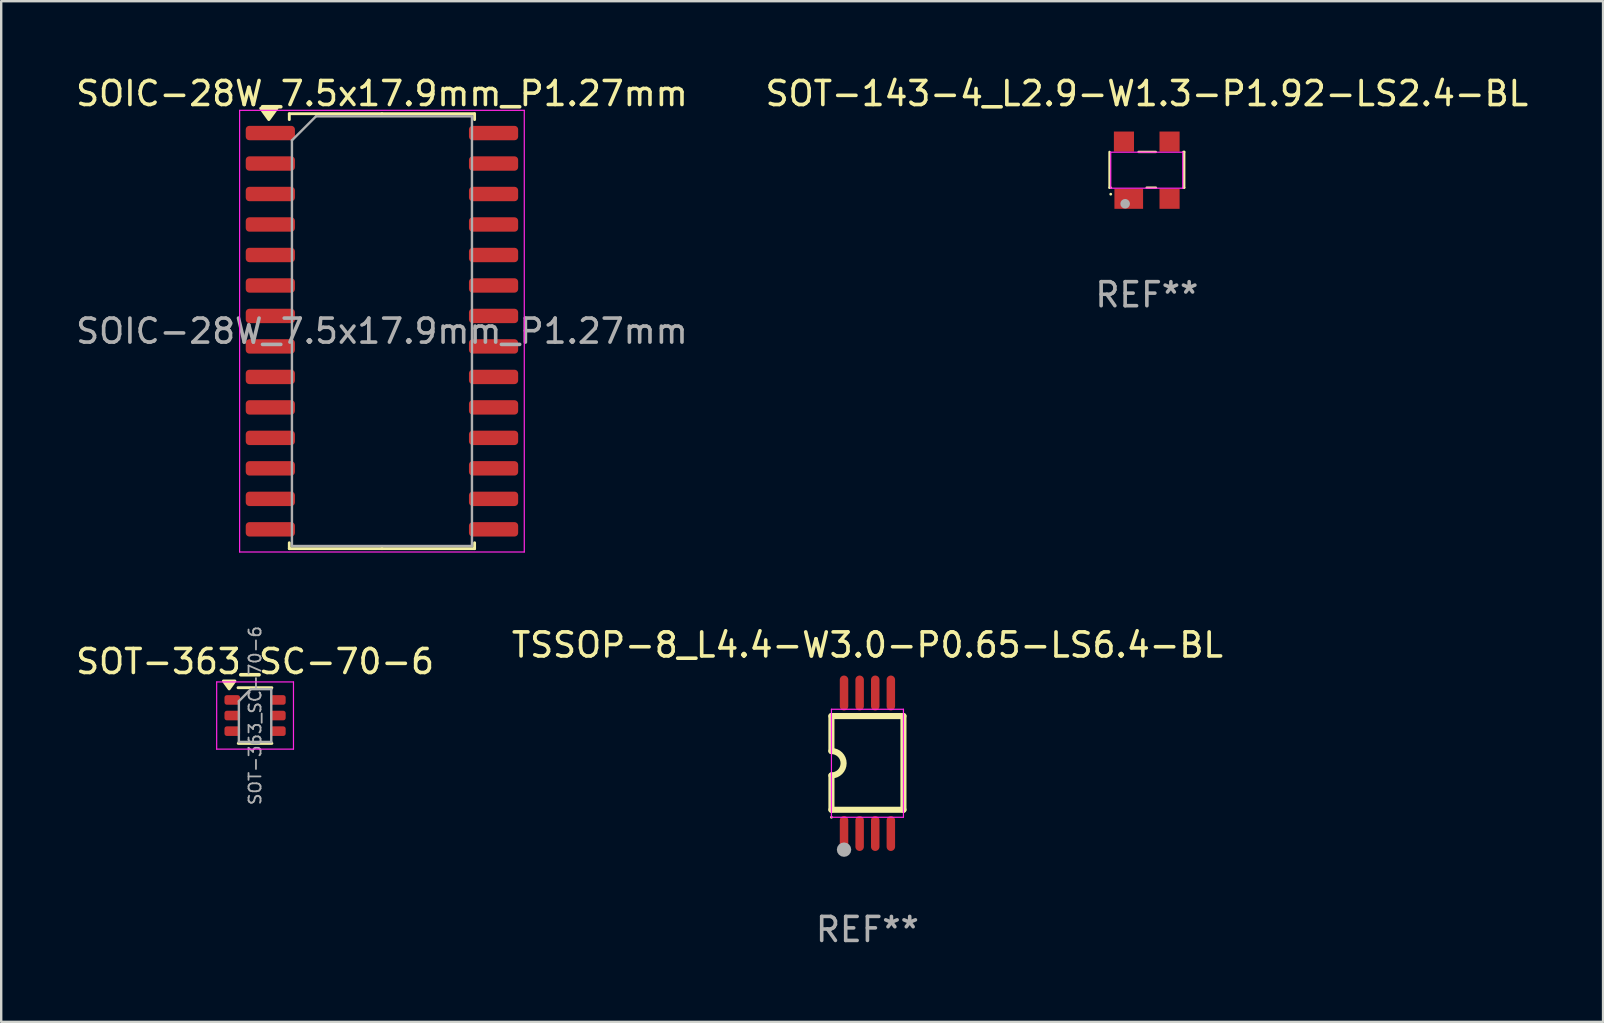
<source format=kicad_pcb>
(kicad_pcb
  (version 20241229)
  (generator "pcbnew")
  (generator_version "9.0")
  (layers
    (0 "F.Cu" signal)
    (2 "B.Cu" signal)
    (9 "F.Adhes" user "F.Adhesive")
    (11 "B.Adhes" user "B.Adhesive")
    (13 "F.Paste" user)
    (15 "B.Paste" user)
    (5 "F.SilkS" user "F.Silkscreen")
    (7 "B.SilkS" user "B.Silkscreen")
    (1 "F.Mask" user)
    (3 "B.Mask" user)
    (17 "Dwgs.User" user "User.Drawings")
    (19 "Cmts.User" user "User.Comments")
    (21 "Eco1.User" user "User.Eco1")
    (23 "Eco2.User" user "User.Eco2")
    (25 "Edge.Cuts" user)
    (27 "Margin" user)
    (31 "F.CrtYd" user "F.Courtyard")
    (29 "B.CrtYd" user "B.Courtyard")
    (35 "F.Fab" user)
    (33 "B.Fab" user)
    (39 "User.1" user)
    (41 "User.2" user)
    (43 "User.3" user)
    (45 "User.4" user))
  (footprint "SOT-363_SC-70-6"
    (layer "F.Cu")
    (at 7.577 26.762)
    (property "Reference" "SOT-363_SC-70-6" (at 0 -2.25 0) (layer "F.SilkS") (effects (font (size 1 1) (thickness 0.15))))
    (attr smd)
    (fp_line (start -0.71 -1.16) (end 0.7 -1.16) (stroke (width 0.12) (type solid)) (layer "F.SilkS"))
    (fp_line (start -0.7 1.16) (end 0.7 1.16) (stroke (width 0.12) (type solid)) (layer "F.SilkS"))
    (fp_poly (pts (xy -1.08 -1.11) (xy -1.32 -1.44) (xy -0.84 -1.44) (xy -1.08 -1.11)) (stroke (width 0.12) (type solid)) (fill yes) (layer "F.SilkS"))
    (fp_line (start -1.6 -1.4) (end -1.6 1.4) (stroke (width 0.05) (type solid)) (layer "F.CrtYd"))
    (fp_line (start -1.6 -1.4) (end 1.6 -1.4) (stroke (width 0.05) (type solid)) (layer "F.CrtYd"))
    (fp_line (start -1.6 1.4) (end 1.6 1.4) (stroke (width 0.05) (type solid)) (layer "F.CrtYd"))
    (fp_line (start 1.6 1.4) (end 1.6 -1.4) (stroke (width 0.05) (type solid)) (layer "F.CrtYd"))
    (fp_line (start -0.675 -0.6) (end -0.675 1.1) (stroke (width 0.1) (type solid)) (layer "F.Fab"))
    (fp_line (start -0.175 -1.1) (end -0.675 -0.6) (stroke (width 0.1) (type solid)) (layer "F.Fab"))
    (fp_line (start 0.675 -1.1) (end -0.175 -1.1) (stroke (width 0.1) (type solid)) (layer "F.Fab"))
    (fp_line (start 0.675 -1.1) (end 0.675 1.1) (stroke (width 0.1) (type solid)) (layer "F.Fab"))
    (fp_line (start 0.675 1.1) (end -0.675 1.1) (stroke (width 0.1) (type solid)) (layer "F.Fab"))
    (fp_text user "${REFERENCE}" (at 0 0 90) (layer "F.Fab") (effects (font (size 0.5 0.5) (thickness 0.075))))
    (pad "1" smd roundrect (at -0.95 -0.65) (size 0.65 0.4) (layers "F.Cu" "F.Mask" "F.Paste") (roundrect_rratio 0.25))
    (pad "2" smd roundrect (at -0.95 0) (size 0.65 0.4) (layers "F.Cu" "F.Mask" "F.Paste") (roundrect_rratio 0.25))
    (pad "3" smd roundrect (at -0.95 0.65) (size 0.65 0.4) (layers "F.Cu" "F.Mask" "F.Paste") (roundrect_rratio 0.25))
    (pad "4" smd roundrect (at 0.95 0.65) (size 0.65 0.4) (layers "F.Cu" "F.Mask" "F.Paste") (roundrect_rratio 0.25))
    (pad "5" smd roundrect (at 0.95 0) (size 0.65 0.4) (layers "F.Cu" "F.Mask" "F.Paste") (roundrect_rratio 0.25))
    (pad "6" smd roundrect (at 0.95 -0.65) (size 0.65 0.4) (layers "F.Cu" "F.Mask" "F.Paste") (roundrect_rratio 0.25)))
  (footprint "TSSOP-8_L4.4-W3.0-P0.65-LS6.4-BL"
    (layer "F.Cu")
    (at 33.09 28.749)
    (property "Reference" "TSSOP-8_L4.4-W3.0-P0.65-LS6.4-BL" (at -0.001 -4.927 0) (layer "F.SilkS") (effects (font (size 1 1) (thickness 0.15))))
    (attr smd)
    (fp_line (start -1.501 -0.508) (end -1.501 -1.966) (stroke (width 0.254) (type solid)) (layer "F.SilkS"))
    (fp_line (start -1.5 -1.966) (end 1.5 -1.966) (stroke (width 0.254) (type solid)) (layer "F.SilkS"))
    (fp_line (start -1.5 0.508) (end -1.5 1.938) (stroke (width 0.254) (type solid)) (layer "F.SilkS"))
    (fp_line (start -1.5 1.938) (end 1.5 1.938) (stroke (width 0.254) (type solid)) (layer "F.SilkS"))
    (fp_line (start 1.5 -1.966) (end 1.5 1.938) (stroke (width 0.254) (type solid)) (layer "F.SilkS"))
    (fp_arc (start -1.501143 -0.508001) (mid -0.992571 -0.000571) (end -1.500001 0.508001) (stroke (width 0.254) (type solid)) (layer "F.SilkS"))
    (fp_circle (center -1.5 2.25) (end -1.47 2.25) (stroke (width 0.06) (type solid)) (fill no) (layer "F.SilkS"))
    (fp_line (start -1.5 -2.25) (end 1.5 -2.25) (stroke (width 0.05) (type default)) (layer "F.CrtYd"))
    (fp_line (start -1.5 2.25) (end -1.5 -2.25) (stroke (width 0.05) (type default)) (layer "F.CrtYd"))
    (fp_line (start 1.5 -2.25) (end 1.5 2.25) (stroke (width 0.05) (type default)) (layer "F.CrtYd"))
    (fp_line (start 1.5 2.25) (end -1.5 2.25) (stroke (width 0.05) (type default)) (layer "F.CrtYd"))
    (fp_circle (center -0.975 3.6) (end -0.825 3.6) (stroke (width 0.3) (type solid)) (fill no) (layer "F.Fab"))
    (fp_text user "REF**" (at -0.001 6.927 0) (layer "F.Fab") (effects (font (size 1 1) (thickness 0.15))))
    (pad "1" smd oval (at -0.975 2.927) (size 0.353 1.454) (layers "F.Cu" "F.Mask" "F.Paste"))
    (pad "2" smd oval (at -0.325 2.927) (size 0.353 1.454) (layers "F.Cu" "F.Mask" "F.Paste"))
    (pad "3" smd oval (at 0.325 2.927) (size 0.353 1.454) (layers "F.Cu" "F.Mask" "F.Paste"))
    (pad "4" smd oval (at 0.975 2.927) (size 0.353 1.454) (layers "F.Cu" "F.Mask" "F.Paste"))
    (pad "5" smd oval (at 0.975 -2.927) (size 0.353 1.454) (layers "F.Cu" "F.Mask" "F.Paste"))
    (pad "6" smd oval (at 0.325 -2.927) (size 0.353 1.454) (layers "F.Cu" "F.Mask" "F.Paste"))
    (pad "7" smd oval (at -0.325 -2.927) (size 0.353 1.454) (layers "F.Cu" "F.Mask" "F.Paste"))
    (pad "8" smd oval (at -0.975 -2.927) (size 0.353 1.454) (layers "F.Cu" "F.Mask" "F.Paste")))
  (footprint "SOIC-28W_7.5x17.9mm_P1.27mm"
    (layer "F.Cu")
    (at 12.863 10.748)
    (property "Reference" "SOIC-28W_7.5x17.9mm_P1.27mm" (at 0 -9.9 0) (layer "F.SilkS") (effects (font (size 1 1) (thickness 0.15))))
    (attr smd)
    (fp_line (start -3.86 -9.06) (end -3.86 -8.815) (stroke (width 0.12) (type solid)) (layer "F.SilkS"))
    (fp_line (start -3.86 9.06) (end -3.86 8.815) (stroke (width 0.12) (type solid)) (layer "F.SilkS"))
    (fp_line (start 0 -9.06) (end -3.86 -9.06) (stroke (width 0.12) (type solid)) (layer "F.SilkS"))
    (fp_line (start 0 -9.06) (end 3.86 -9.06) (stroke (width 0.12) (type solid)) (layer "F.SilkS"))
    (fp_line (start 0 9.06) (end -3.86 9.06) (stroke (width 0.12) (type solid)) (layer "F.SilkS"))
    (fp_line (start 0 9.06) (end 3.86 9.06) (stroke (width 0.12) (type solid)) (layer "F.SilkS"))
    (fp_line (start 3.86 -9.06) (end 3.86 -8.815) (stroke (width 0.12) (type solid)) (layer "F.SilkS"))
    (fp_line (start 3.86 9.06) (end 3.86 8.815) (stroke (width 0.12) (type solid)) (layer "F.SilkS"))
    (fp_poly (pts (xy -4.713 -8.815) (xy -5.053 -9.285) (xy -4.372 -9.285) (xy -4.713 -8.815)) (stroke (width 0.12) (type solid)) (fill yes) (layer "F.SilkS"))
    (fp_line (start -5.93 -9.2) (end -5.93 9.2) (stroke (width 0.05) (type solid)) (layer "F.CrtYd"))
    (fp_line (start -5.93 9.2) (end 5.93 9.2) (stroke (width 0.05) (type solid)) (layer "F.CrtYd"))
    (fp_line (start 5.93 -9.2) (end -5.93 -9.2) (stroke (width 0.05) (type solid)) (layer "F.CrtYd"))
    (fp_line (start 5.93 9.2) (end 5.93 -9.2) (stroke (width 0.05) (type solid)) (layer "F.CrtYd"))
    (fp_line (start -3.75 -7.95) (end -2.75 -8.95) (stroke (width 0.1) (type solid)) (layer "F.Fab"))
    (fp_line (start -3.75 8.95) (end -3.75 -7.95) (stroke (width 0.1) (type solid)) (layer "F.Fab"))
    (fp_line (start -2.75 -8.95) (end 3.75 -8.95) (stroke (width 0.1) (type solid)) (layer "F.Fab"))
    (fp_line (start 3.75 -8.95) (end 3.75 8.95) (stroke (width 0.1) (type solid)) (layer "F.Fab"))
    (fp_line (start 3.75 8.95) (end -3.75 8.95) (stroke (width 0.1) (type solid)) (layer "F.Fab"))
    (fp_text user "${REFERENCE}" (at 0 0 0) (layer "F.Fab") (effects (font (size 1 1) (thickness 0.15))))
    (pad "1" smd roundrect (at -4.65 -8.255) (size 2.05 0.6) (layers "F.Cu" "F.Mask" "F.Paste") (roundrect_rratio 0.25))
    (pad "2" smd roundrect (at -4.65 -6.985) (size 2.05 0.6) (layers "F.Cu" "F.Mask" "F.Paste") (roundrect_rratio 0.25))
    (pad "3" smd roundrect (at -4.65 -5.715) (size 2.05 0.6) (layers "F.Cu" "F.Mask" "F.Paste") (roundrect_rratio 0.25))
    (pad "4" smd roundrect (at -4.65 -4.445) (size 2.05 0.6) (layers "F.Cu" "F.Mask" "F.Paste") (roundrect_rratio 0.25))
    (pad "5" smd roundrect (at -4.65 -3.175) (size 2.05 0.6) (layers "F.Cu" "F.Mask" "F.Paste") (roundrect_rratio 0.25))
    (pad "6" smd roundrect (at -4.65 -1.905) (size 2.05 0.6) (layers "F.Cu" "F.Mask" "F.Paste") (roundrect_rratio 0.25))
    (pad "7" smd roundrect (at -4.65 -0.635) (size 2.05 0.6) (layers "F.Cu" "F.Mask" "F.Paste") (roundrect_rratio 0.25))
    (pad "8" smd roundrect (at -4.65 0.635) (size 2.05 0.6) (layers "F.Cu" "F.Mask" "F.Paste") (roundrect_rratio 0.25))
    (pad "9" smd roundrect (at -4.65 1.905) (size 2.05 0.6) (layers "F.Cu" "F.Mask" "F.Paste") (roundrect_rratio 0.25))
    (pad "10" smd roundrect (at -4.65 3.175) (size 2.05 0.6) (layers "F.Cu" "F.Mask" "F.Paste") (roundrect_rratio 0.25))
    (pad "11" smd roundrect (at -4.65 4.445) (size 2.05 0.6) (layers "F.Cu" "F.Mask" "F.Paste") (roundrect_rratio 0.25))
    (pad "12" smd roundrect (at -4.65 5.715) (size 2.05 0.6) (layers "F.Cu" "F.Mask" "F.Paste") (roundrect_rratio 0.25))
    (pad "13" smd roundrect (at -4.65 6.985) (size 2.05 0.6) (layers "F.Cu" "F.Mask" "F.Paste") (roundrect_rratio 0.25))
    (pad "14" smd roundrect (at -4.65 8.255) (size 2.05 0.6) (layers "F.Cu" "F.Mask" "F.Paste") (roundrect_rratio 0.25))
    (pad "15" smd roundrect (at 4.65 8.255) (size 2.05 0.6) (layers "F.Cu" "F.Mask" "F.Paste") (roundrect_rratio 0.25))
    (pad "16" smd roundrect (at 4.65 6.985) (size 2.05 0.6) (layers "F.Cu" "F.Mask" "F.Paste") (roundrect_rratio 0.25))
    (pad "17" smd roundrect (at 4.65 5.715) (size 2.05 0.6) (layers "F.Cu" "F.Mask" "F.Paste") (roundrect_rratio 0.25))
    (pad "18" smd roundrect (at 4.65 4.445) (size 2.05 0.6) (layers "F.Cu" "F.Mask" "F.Paste") (roundrect_rratio 0.25))
    (pad "19" smd roundrect (at 4.65 3.175) (size 2.05 0.6) (layers "F.Cu" "F.Mask" "F.Paste") (roundrect_rratio 0.25))
    (pad "20" smd roundrect (at 4.65 1.905) (size 2.05 0.6) (layers "F.Cu" "F.Mask" "F.Paste") (roundrect_rratio 0.25))
    (pad "21" smd roundrect (at 4.65 0.635) (size 2.05 0.6) (layers "F.Cu" "F.Mask" "F.Paste") (roundrect_rratio 0.25))
    (pad "22" smd roundrect (at 4.65 -0.635) (size 2.05 0.6) (layers "F.Cu" "F.Mask" "F.Paste") (roundrect_rratio 0.25))
    (pad "23" smd roundrect (at 4.65 -1.905) (size 2.05 0.6) (layers "F.Cu" "F.Mask" "F.Paste") (roundrect_rratio 0.25))
    (pad "24" smd roundrect (at 4.65 -3.175) (size 2.05 0.6) (layers "F.Cu" "F.Mask" "F.Paste") (roundrect_rratio 0.25))
    (pad "25" smd roundrect (at 4.65 -4.445) (size 2.05 0.6) (layers "F.Cu" "F.Mask" "F.Paste") (roundrect_rratio 0.25))
    (pad "26" smd roundrect (at 4.65 -5.715) (size 2.05 0.6) (layers "F.Cu" "F.Mask" "F.Paste") (roundrect_rratio 0.25))
    (pad "27" smd roundrect (at 4.65 -6.985) (size 2.05 0.6) (layers "F.Cu" "F.Mask" "F.Paste") (roundrect_rratio 0.25))
    (pad "28" smd roundrect (at 4.65 -8.255) (size 2.05 0.6) (layers "F.Cu" "F.Mask" "F.Paste") (roundrect_rratio 0.25)))
  (footprint "SOT-143-4_L2.9-W1.3-P1.92-LS2.4-BL"
    (layer "F.Cu")
    (at 44.727 4.04)
    (property "Reference" "SOT-143-4_L2.9-W1.3-P1.92-LS2.4-BL" (at 0.005 -3.191 0) (layer "F.SilkS") (effects (font (size 1 1) (thickness 0.15))))
    (attr smd)
    (fp_line (start -1.55 0.73) (end -1.55 -0.76) (stroke (width 0.1) (type solid)) (layer "F.SilkS"))
    (fp_line (start -1.495 0.73) (end -1.55 0.73) (stroke (width 0.1) (type solid)) (layer "F.SilkS"))
    (fp_line (start -0.34 -0.76) (end 0.377 -0.76) (stroke (width 0.1) (type solid)) (layer "F.SilkS"))
    (fp_line (start 0.383 0.73) (end -0.005 0.73) (stroke (width 0.1) (type solid)) (layer "F.SilkS"))
    (fp_line (start 1.523 -0.76) (end 1.56 -0.76) (stroke (width 0.1) (type solid)) (layer "F.SilkS"))
    (fp_line (start 1.56 -0.76) (end 1.56 0.73) (stroke (width 0.1) (type solid)) (layer "F.SilkS"))
    (fp_line (start 1.56 0.73) (end 1.517 0.73) (stroke (width 0.1) (type solid)) (layer "F.SilkS"))
    (fp_circle (center -1.5 1) (end -1.47 1) (stroke (width 0.06) (type solid)) (fill no) (layer "F.SilkS"))
    (fp_line (start -1.5 -0.75) (end -1.5 0.75) (stroke (width 0.05) (type default)) (layer "F.CrtYd"))
    (fp_line (start -1.5 0.75) (end 1.5 0.75) (stroke (width 0.05) (type default)) (layer "F.CrtYd"))
    (fp_line (start 1.5 -0.75) (end -1.5 -0.75) (stroke (width 0.05) (type default)) (layer "F.CrtYd"))
    (fp_line (start 1.5 0.75) (end 1.5 -0.75) (stroke (width 0.05) (type default)) (layer "F.CrtYd"))
    (fp_circle (center -0.9 1.4) (end -0.8 1.4) (stroke (width 0.2) (type solid)) (fill no) (layer "F.Fab"))
    (fp_text user "REF**" (at 0.005 5.191 0) (layer "F.Fab") (effects (font (size 1 1) (thickness 0.15))))
    (pad "1" smd rect (at -0.75 1.191) (size 1.194 0.838) (layers "F.Cu" "F.Mask" "F.Paste"))
    (pad "2" smd rect (at 0.95 1.191) (size 0.838 0.838) (layers "F.Cu" "F.Mask" "F.Paste"))
    (pad "3" smd rect (at 0.95 -1.191) (size 0.838 0.838) (layers "F.Cu" "F.Mask" "F.Paste"))
    (pad "4" smd rect (at -0.95 -1.191) (size 0.838 0.838) (layers "F.Cu" "F.Mask" "F.Paste")))
  (gr_rect
    (start -3 -3)
    (end 63.738 39.524)
    (stroke (width 0.1) (type default))
    (fill no)
    (layer "Edge.Cuts")))
</source>
